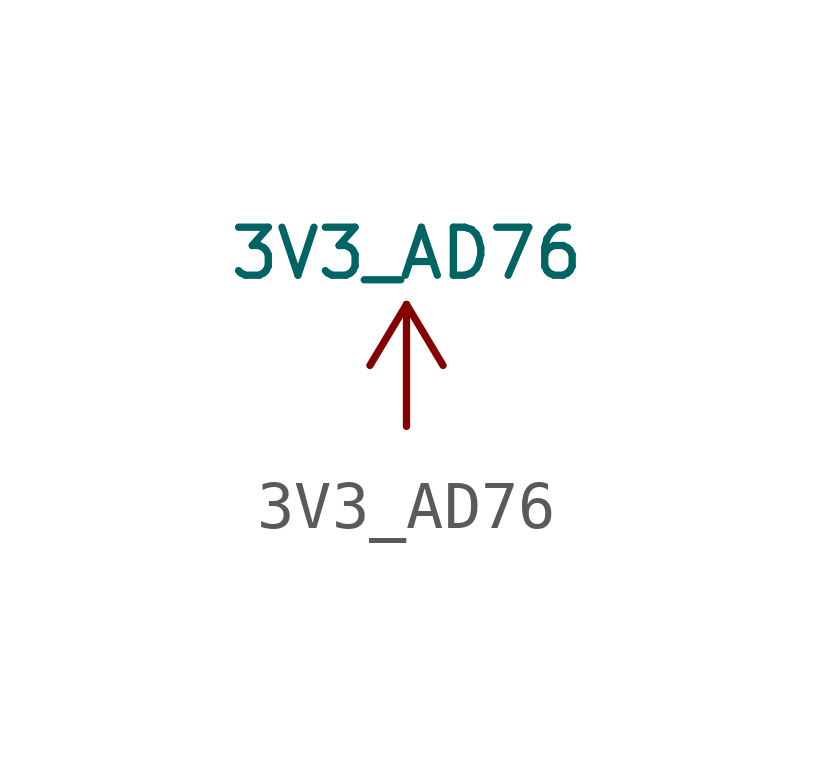
<source format=kicad_sym>
(kicad_symbol_lib
  (version 20241209)
  (generator "kicad_symbol_editor")
  (generator_version "9.0")
  (symbol "3V3_AD76"
    (power)
    (pin_names
      (offset 0))
    (property "Reference" "#PWR?"
      (at 0 -3.81 0)
      (effects (font (size 1.27 1.27)) (hide yes)))
    (property "Value" "3V3_AD76"
      (at 0 3.605 0)
      (effects (font (size 1 1))))
    (symbol "3V3_AD76_0_1"
      (polyline (pts (xy -0.762 1.27) (xy 0 2.54)) (stroke (width 0) (type default)) (fill (type none)))
      (polyline (pts (xy 0 2.54) (xy 0.762 1.27)) (stroke (width 0) (type default)) (fill (type none)))
      (polyline (pts (xy 0 0) (xy 0 2.54)) (stroke (width 0) (type default)) (fill (type none))))
    (symbol "3V3_AD76_1_1"
      (pin power_in line (at 0 0 90) (length 0) (hide yes) (name "3V3_AD76" (effects (font (size 1.27 1.27)))) (number "1" (effects (font (size 1.27 1.27))))))))
</source>
